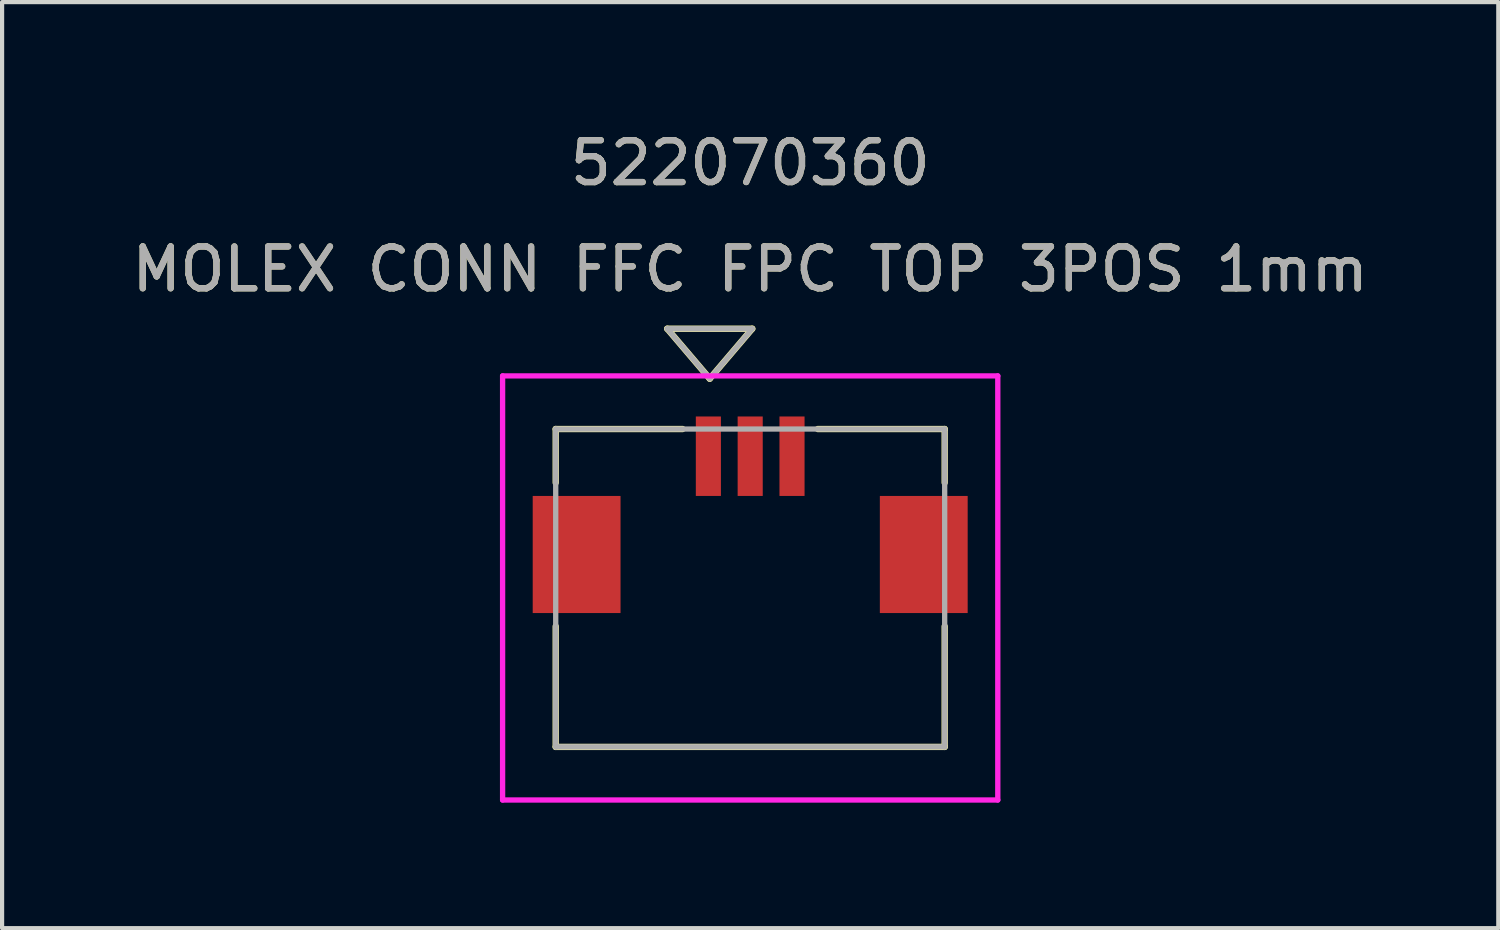
<source format=kicad_pcb>
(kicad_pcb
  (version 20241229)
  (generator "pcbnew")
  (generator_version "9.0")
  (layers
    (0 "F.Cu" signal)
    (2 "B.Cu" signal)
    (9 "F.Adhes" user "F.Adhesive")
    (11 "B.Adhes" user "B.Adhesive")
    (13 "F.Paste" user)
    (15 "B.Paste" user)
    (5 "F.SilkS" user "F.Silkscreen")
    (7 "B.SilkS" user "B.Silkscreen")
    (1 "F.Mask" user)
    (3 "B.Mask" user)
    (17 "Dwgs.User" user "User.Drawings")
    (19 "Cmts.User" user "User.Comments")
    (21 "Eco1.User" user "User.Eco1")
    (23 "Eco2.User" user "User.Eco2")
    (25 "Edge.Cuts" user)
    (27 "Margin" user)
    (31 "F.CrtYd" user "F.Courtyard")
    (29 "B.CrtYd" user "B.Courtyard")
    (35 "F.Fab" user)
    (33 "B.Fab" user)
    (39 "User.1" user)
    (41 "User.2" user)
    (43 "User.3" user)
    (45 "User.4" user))
  (footprint "MOLEX CONN FFC FPC TOP 3POS 1mm"
    (layer "F.Cu")
    (at 14.887 11.008)
    (property "Reference" "MOLEX CONN FFC FPC TOP 3POS 1mm" (at 0 -7.62 0) (unlocked yes) (layer "F.SilkS") (effects (font (size 1 1) (thickness 0.15))))
    (attr smd)
    (fp_line (start -4.65 -3.8) (end -4.65 -2.517) (stroke (width 0.152) (type solid)) (layer "F.SilkS"))
    (fp_line (start -4.65 0.918) (end -4.65 3.8) (stroke (width 0.152) (type solid)) (layer "F.SilkS"))
    (fp_line (start -4.65 3.8) (end 4.65 3.8) (stroke (width 0.152) (type solid)) (layer "F.SilkS"))
    (fp_line (start -1.983 -6.198) (end -0.967 -5.004) (stroke (width 0.152) (type solid)) (layer "F.SilkS"))
    (fp_line (start -1.983 -6.198) (end 0.049 -6.198) (stroke (width 0.152) (type solid)) (layer "F.SilkS"))
    (fp_line (start -1.617 -3.8) (end -4.65 -3.8) (stroke (width 0.152) (type solid)) (layer "F.SilkS"))
    (fp_line (start 0.049 -6.198) (end -0.967 -5.004) (stroke (width 0.152) (type solid)) (layer "F.SilkS"))
    (fp_line (start 4.65 -3.8) (end 1.618 -3.8) (stroke (width 0.152) (type solid)) (layer "F.SilkS"))
    (fp_line (start 4.65 -2.517) (end 4.65 -3.8) (stroke (width 0.152) (type solid)) (layer "F.SilkS"))
    (fp_line (start 4.65 3.8) (end 4.65 0.918) (stroke (width 0.152) (type solid)) (layer "F.SilkS"))
    (fp_line (start -5.92 -5.07) (end -5.92 5.07) (stroke (width 0.127) (type solid)) (layer "F.CrtYd"))
    (fp_line (start -5.92 5.07) (end 5.92 5.07) (stroke (width 0.127) (type solid)) (layer "F.CrtYd"))
    (fp_line (start 5.92 -5.07) (end -5.92 -5.07) (stroke (width 0.127) (type solid)) (layer "F.CrtYd"))
    (fp_line (start 5.92 5.07) (end 5.92 -5.07) (stroke (width 0.127) (type solid)) (layer "F.CrtYd"))
    (fp_line (start -4.65 -3.8) (end -4.65 3.8) (stroke (width 0.127) (type solid)) (layer "F.Fab"))
    (fp_line (start -4.65 3.8) (end 4.65 3.8) (stroke (width 0.127) (type solid)) (layer "F.Fab"))
    (fp_line (start -1.983 -6.198) (end -0.967 -5.004) (stroke (width 0.127) (type solid)) (layer "F.Fab"))
    (fp_line (start -1.983 -6.198) (end 0.049 -6.198) (stroke (width 0.127) (type solid)) (layer "F.Fab"))
    (fp_line (start 0.049 -6.198) (end -0.967 -5.004) (stroke (width 0.127) (type solid)) (layer "F.Fab"))
    (fp_line (start 4.65 -3.8) (end -4.65 -3.8) (stroke (width 0.127) (type solid)) (layer "F.Fab"))
    (fp_line (start 4.65 3.8) (end 4.65 -3.8) (stroke (width 0.127) (type solid)) (layer "F.Fab"))
    (fp_text user "522070360" (at 0 -10.16 0) (unlocked yes) (layer "F.SilkS") (effects (font (size 1 1) (thickness 0.15))))
    (fp_text user "522070360" (at 0 -10.16 0) (unlocked yes) (layer "F.Fab") (effects (font (size 1 1) (thickness 0.15))))
    (fp_text user "${REFERENCE}" (at 0 -7.62 0) (unlocked yes) (layer "F.Fab") (effects (font (size 1 1) (thickness 0.15))))
    (pad "1" smd rect (at -1 -3.15) (size 0.6 1.9) (layers "F.Cu" "F.Mask" "F.Paste"))
    (pad "2" smd rect (at 0.000003 -3.15) (size 0.6 1.9) (layers "F.Cu" "F.Mask" "F.Paste"))
    (pad "3" smd rect (at 1 -3.15) (size 0.6 1.9) (layers "F.Cu" "F.Mask" "F.Paste"))
    (pad "P1" smd rect (at -4.15 -0.8) (size 2.1 2.8) (layers "F.Cu" "F.Mask" "F.Paste"))
    (pad "P2" smd rect (at 4.15 -0.8) (size 2.1 2.8) (layers "F.Cu" "F.Mask" "F.Paste")))
  (gr_rect
    (start -3 -3)
    (end 32.774 19.142)
    (stroke (width 0.1) (type default))
    (fill no)
    (layer "Edge.Cuts")))
</source>
